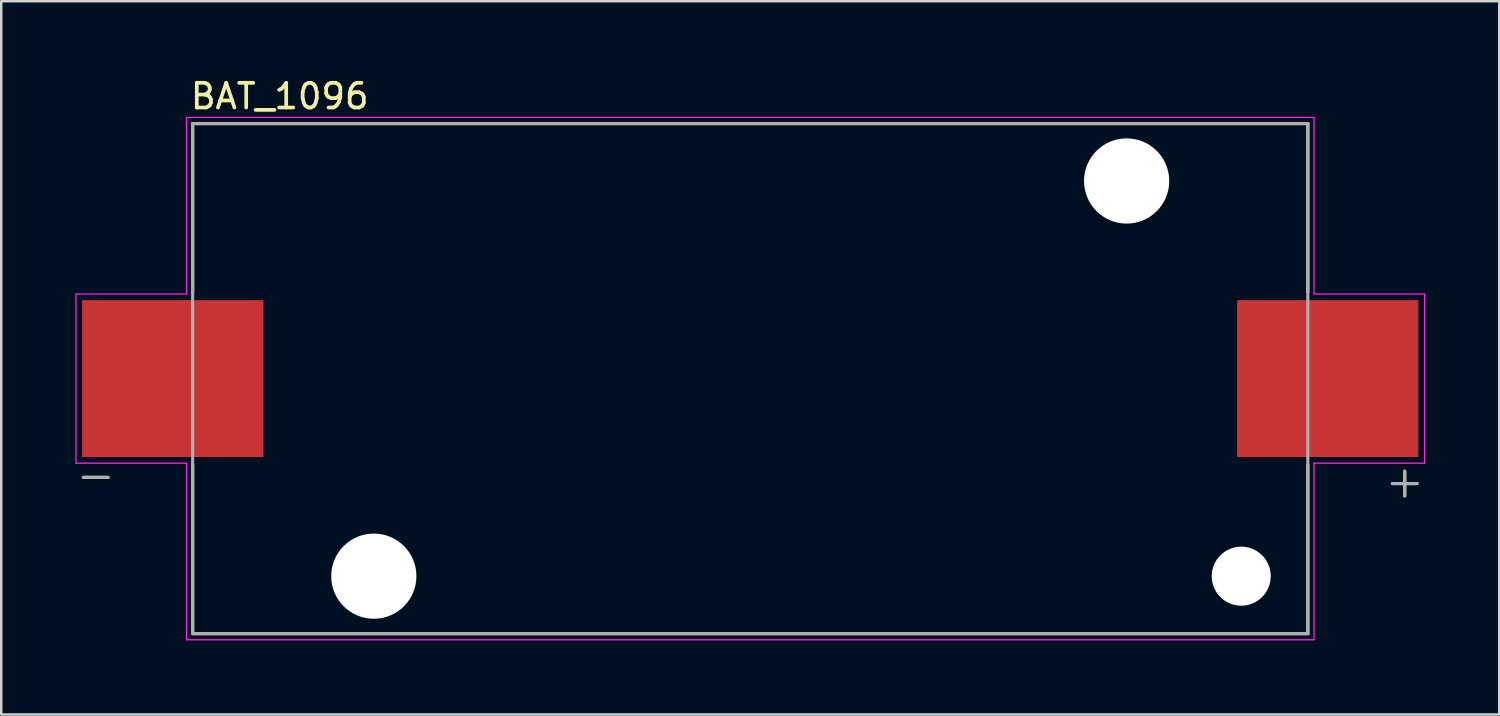
<source format=kicad_pcb>
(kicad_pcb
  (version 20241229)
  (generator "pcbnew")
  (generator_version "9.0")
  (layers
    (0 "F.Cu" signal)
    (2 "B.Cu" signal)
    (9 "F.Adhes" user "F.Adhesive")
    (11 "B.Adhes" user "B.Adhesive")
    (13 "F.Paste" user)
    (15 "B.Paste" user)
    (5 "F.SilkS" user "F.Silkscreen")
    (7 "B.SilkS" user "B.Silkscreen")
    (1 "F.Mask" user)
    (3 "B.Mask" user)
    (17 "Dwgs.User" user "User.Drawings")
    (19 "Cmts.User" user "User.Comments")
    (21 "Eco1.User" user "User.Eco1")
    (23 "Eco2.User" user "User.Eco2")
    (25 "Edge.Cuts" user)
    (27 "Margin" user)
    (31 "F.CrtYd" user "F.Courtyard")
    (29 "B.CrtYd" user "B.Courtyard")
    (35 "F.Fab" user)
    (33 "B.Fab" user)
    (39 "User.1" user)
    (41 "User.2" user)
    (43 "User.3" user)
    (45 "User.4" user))
  (footprint "BAT_1096"
    (layer "F.Cu")
    (at 27.325 12.278)
    (property "Reference" "BAT_1096" (at -19.05 -11.43 0) (layer "F.SilkS") (effects (font (size 1 1) (thickness 0.15))))
    (attr through_hole)
    (fp_line (start -27 4) (end -26 4) (stroke (width 0.127) (type solid)) (layer "F.SilkS"))
    (fp_line (start -22.575 -10.325) (end 22.575 -10.325) (stroke (width 0.127) (type solid)) (layer "F.SilkS"))
    (fp_line (start -22.575 -3.5) (end -22.575 -10.325) (stroke (width 0.127) (type solid)) (layer "F.SilkS"))
    (fp_line (start -22.575 10.325) (end -22.575 3.5) (stroke (width 0.127) (type solid)) (layer "F.SilkS"))
    (fp_line (start 22.575 -10.325) (end 22.575 -3.5) (stroke (width 0.127) (type solid)) (layer "F.SilkS"))
    (fp_line (start 22.575 3.5) (end 22.575 10.325) (stroke (width 0.127) (type solid)) (layer "F.SilkS"))
    (fp_line (start 22.575 10.325) (end -22.575 10.325) (stroke (width 0.127) (type solid)) (layer "F.SilkS"))
    (fp_line (start 26 4.25) (end 27 4.25) (stroke (width 0.127) (type solid)) (layer "F.SilkS"))
    (fp_line (start 26.5 3.75) (end 26.5 4.75) (stroke (width 0.127) (type solid)) (layer "F.SilkS"))
    (fp_line (start -27.3 -3.425) (end -22.825 -3.425) (stroke (width 0.05) (type solid)) (layer "F.CrtYd"))
    (fp_line (start -27.3 3.425) (end -27.3 -3.425) (stroke (width 0.05) (type solid)) (layer "F.CrtYd"))
    (fp_line (start -22.825 -10.575) (end 22.825 -10.575) (stroke (width 0.05) (type solid)) (layer "F.CrtYd"))
    (fp_line (start -22.825 -3.425) (end -22.825 -10.575) (stroke (width 0.05) (type solid)) (layer "F.CrtYd"))
    (fp_line (start -22.825 3.425) (end -27.3 3.425) (stroke (width 0.05) (type solid)) (layer "F.CrtYd"))
    (fp_line (start -22.825 10.575) (end -22.825 3.425) (stroke (width 0.05) (type solid)) (layer "F.CrtYd"))
    (fp_line (start 22.825 -10.575) (end 22.825 -3.425) (stroke (width 0.05) (type solid)) (layer "F.CrtYd"))
    (fp_line (start 22.825 -3.425) (end 27.3 -3.425) (stroke (width 0.05) (type solid)) (layer "F.CrtYd"))
    (fp_line (start 22.825 3.425) (end 22.825 10.575) (stroke (width 0.05) (type solid)) (layer "F.CrtYd"))
    (fp_line (start 22.825 10.575) (end -22.825 10.575) (stroke (width 0.05) (type solid)) (layer "F.CrtYd"))
    (fp_line (start 27.3 -3.425) (end 27.3 3.425) (stroke (width 0.05) (type solid)) (layer "F.CrtYd"))
    (fp_line (start 27.3 3.425) (end 22.825 3.425) (stroke (width 0.05) (type solid)) (layer "F.CrtYd"))
    (fp_line (start -27 4) (end -26 4) (stroke (width 0.127) (type solid)) (layer "F.Fab"))
    (fp_line (start -22.575 -10.325) (end 22.575 -10.325) (stroke (width 0.127) (type solid)) (layer "F.Fab"))
    (fp_line (start -22.575 10.325) (end -22.575 -10.325) (stroke (width 0.127) (type solid)) (layer "F.Fab"))
    (fp_line (start 22.575 -10.325) (end 22.575 10.325) (stroke (width 0.127) (type solid)) (layer "F.Fab"))
    (fp_line (start 22.575 10.325) (end -22.575 10.325) (stroke (width 0.127) (type solid)) (layer "F.Fab"))
    (fp_line (start 26 4.25) (end 27 4.25) (stroke (width 0.127) (type solid)) (layer "F.Fab"))
    (fp_line (start 26.5 3.75) (end 26.5 4.75) (stroke (width 0.127) (type solid)) (layer "F.Fab"))
    (pad "" np_thru_hole circle (at -15.24 8 180) (size 3.45 3.45) (drill 3.45) (layers "*.Cu" "*.Mask"))
    (pad "" np_thru_hole circle (at 15.24 -8 180) (size 3.45 3.45) (drill 3.45) (layers "*.Cu" "*.Mask"))
    (pad "" np_thru_hole circle (at 19.88 8 180) (size 2.39 2.39) (drill 2.39) (layers "*.Cu" "*.Mask"))
    (pad "N" smd rect (at -23.38 0 180) (size 7.34 6.35) (layers "F.Cu" "F.Mask" "F.Paste"))
    (pad "P" smd rect (at 23.38 0 180) (size 7.34 6.35) (layers "F.Cu" "F.Mask" "F.Paste")))
  (gr_rect
    (start -3 -3)
    (end 57.65 25.878)
    (stroke (width 0.1) (type default))
    (fill no)
    (layer "Edge.Cuts")))
</source>
